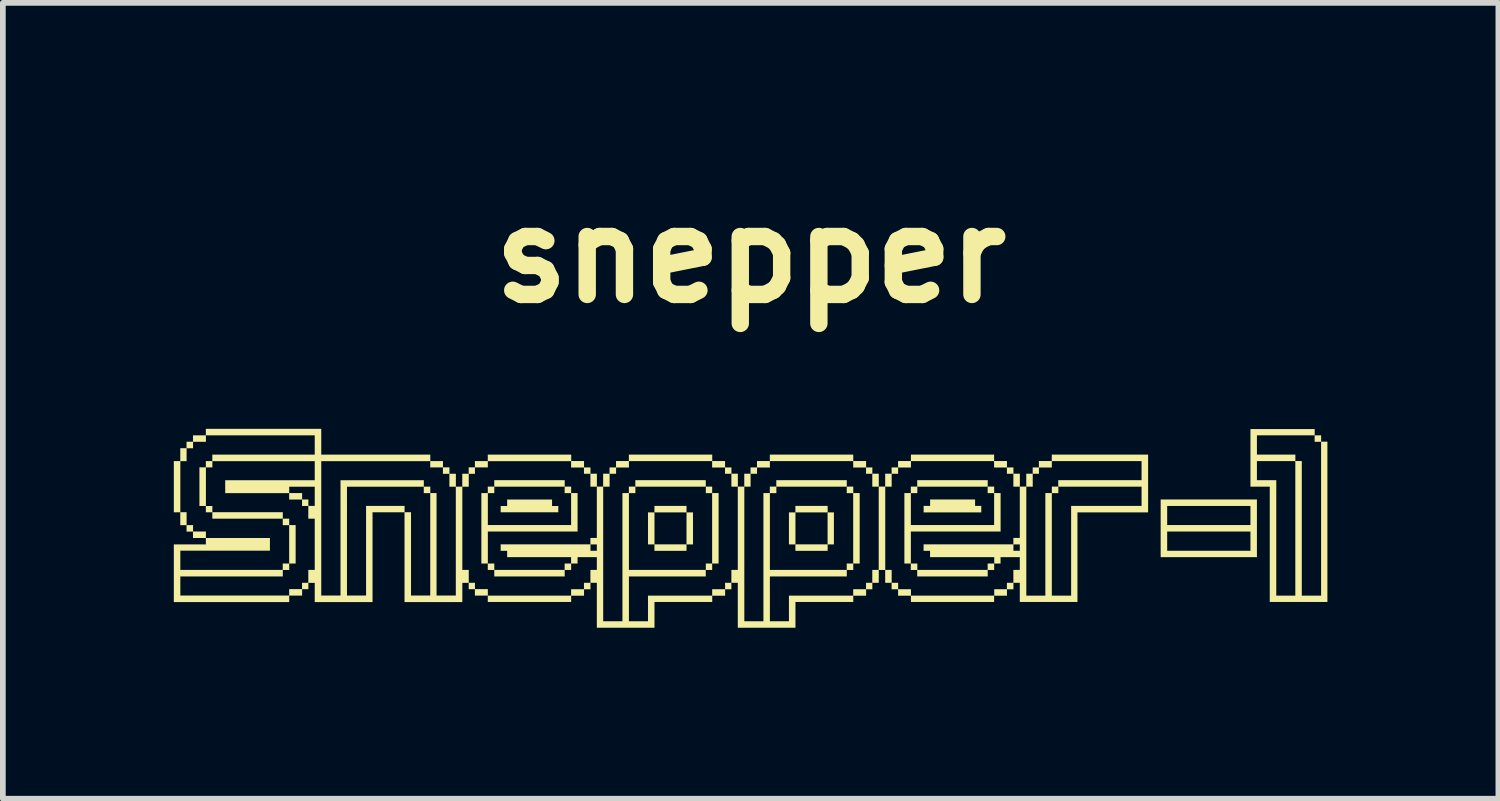
<source format=kicad_pcb>
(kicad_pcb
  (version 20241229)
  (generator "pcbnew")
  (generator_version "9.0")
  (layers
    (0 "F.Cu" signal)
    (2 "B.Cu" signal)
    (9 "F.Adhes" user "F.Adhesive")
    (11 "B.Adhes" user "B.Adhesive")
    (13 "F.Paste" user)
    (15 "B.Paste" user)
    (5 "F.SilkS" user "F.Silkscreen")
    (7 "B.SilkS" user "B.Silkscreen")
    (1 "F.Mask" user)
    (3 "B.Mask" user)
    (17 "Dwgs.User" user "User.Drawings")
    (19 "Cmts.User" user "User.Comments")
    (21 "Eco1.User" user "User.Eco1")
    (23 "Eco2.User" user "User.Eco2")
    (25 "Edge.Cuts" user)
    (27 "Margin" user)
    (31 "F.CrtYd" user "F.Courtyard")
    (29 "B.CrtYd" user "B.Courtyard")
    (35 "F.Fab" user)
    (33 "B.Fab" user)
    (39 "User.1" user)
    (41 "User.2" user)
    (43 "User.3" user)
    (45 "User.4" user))
  (footprint "snepper"
    (layer "F.Cu")
    (at 10.118 6.218)
    (property "Reference" "snepper" (at 0 -4.792 0) (layer "F.SilkS") (effects (font (size 1.524 1.524) (thickness 0.305))))
    (attr smd)
    (fp_poly (pts (xy -10.118 -0.73) (xy -10.118 -1.179) (xy -10.061 -1.179) (xy -10.005 -1.179) (xy -10.005 -0.73) (xy -10.005 -0.282) (xy -10.061 -0.282) (xy -10.118 -0.282) (xy -10.118 -0.73)) (stroke (width 0.001) (type solid)) (fill yes) (layer "F.SilkS"))
    (fp_poly (pts (xy -10.005 -1.292) (xy -10.005 -1.405) (xy -9.95 -1.405) (xy -9.895 -1.405) (xy -9.895 -1.292) (xy -9.895 -1.179) (xy -9.95 -1.179) (xy -10.005 -1.179) (xy -10.005 -1.292)) (stroke (width 0.001) (type solid)) (fill yes) (layer "F.SilkS"))
    (fp_poly (pts (xy -10.005 -0.169) (xy -10.005 -0.282) (xy -9.95 -0.282) (xy -9.895 -0.282) (xy -9.895 -0.169) (xy -9.895 -0.056) (xy -9.95 -0.056) (xy -10.005 -0.056) (xy -10.005 -0.169)) (stroke (width 0.001) (type solid)) (fill yes) (layer "F.SilkS"))
    (fp_poly (pts (xy -9.895 -1.461) (xy -9.895 -1.518) (xy -9.839 -1.518) (xy -9.782 -1.518) (xy -9.782 -1.461) (xy -9.782 -1.405) (xy -9.839 -1.405) (xy -9.895 -1.405) (xy -9.895 -1.461)) (stroke (width 0.001) (type solid)) (fill yes) (layer "F.SilkS"))
    (fp_poly (pts (xy -9.895 0.000395) (xy -9.895 -0.056) (xy -9.839 -0.056) (xy -9.782 -0.056) (xy -9.782 0.000395) (xy -9.782 0.057) (xy -9.839 0.057) (xy -9.895 0.057) (xy -9.895 0.000395)) (stroke (width 0.001) (type solid)) (fill yes) (layer "F.SilkS"))
    (fp_poly (pts (xy -9.782 -1.574) (xy -9.782 -1.631) (xy -9.669 -1.631) (xy -9.556 -1.631) (xy -9.556 -1.574) (xy -9.556 -1.518) (xy -9.669 -1.518) (xy -9.782 -1.518) (xy -9.782 -1.574)) (stroke (width 0.001) (type solid)) (fill yes) (layer "F.SilkS"))
    (fp_poly (pts (xy -9.782 0.113) (xy -9.782 0.057) (xy -9.669 0.057) (xy -9.556 0.057) (xy -9.556 0.113) (xy -9.556 0.17) (xy -9.669 0.17) (xy -9.782 0.17) (xy -9.782 0.113)) (stroke (width 0.001) (type solid)) (fill yes) (layer "F.SilkS"))
    (fp_poly (pts (xy -9.669 -0.73) (xy -9.669 -1.069) (xy -9.613 -1.069) (xy -9.556 -1.069) (xy -9.556 -0.73) (xy -9.556 -0.392) (xy -9.613 -0.392) (xy -9.669 -0.392) (xy -9.669 -0.73)) (stroke (width 0.001) (type solid)) (fill yes) (layer "F.SilkS"))
    (fp_poly (pts (xy -9.556 -1.124) (xy -9.556 -1.179) (xy -9.5 -1.179) (xy -9.443 -1.179) (xy -9.443 -1.124) (xy -9.443 -1.069) (xy -9.5 -1.069) (xy -9.556 -1.069) (xy -9.556 -1.124)) (stroke (width 0.001) (type solid)) (fill yes) (layer "F.SilkS"))
    (fp_poly (pts (xy -9.556 -0.337) (xy -9.556 -0.391) (xy -9.5 -0.391) (xy -9.443 -0.391) (xy -9.443 -0.337) (xy -9.443 -0.282) (xy -9.5 -0.282) (xy -9.556 -0.282) (xy -9.556 -0.337)) (stroke (width 0.001) (type solid)) (fill yes) (layer "F.SilkS"))
    (fp_poly (pts (xy -9.443 -0.226) (xy -9.443 -0.282) (xy -8.825 -0.282) (xy -8.207 -0.282) (xy -8.207 -0.226) (xy -8.207 -0.169) (xy -8.825 -0.169) (xy -9.443 -0.169) (xy -9.443 -0.226)) (stroke (width 0.001) (type solid)) (fill yes) (layer "F.SilkS"))
    (fp_poly (pts (xy -8.207 -0.113) (xy -8.207 -0.169) (xy -8.151 -0.169) (xy -8.095 -0.169) (xy -8.095 -0.113) (xy -8.095 -0.056) (xy -8.151 -0.056) (xy -8.207 -0.056) (xy -8.207 -0.113)) (stroke (width 0.001) (type solid)) (fill yes) (layer "F.SilkS"))
    (fp_poly (pts (xy -8.207 0.675) (xy -8.207 0.618) (xy -8.151 0.618) (xy -8.095 0.618) (xy -8.095 0.675) (xy -8.095 0.731) (xy -8.151 0.731) (xy -8.207 0.731) (xy -8.207 0.675)) (stroke (width 0.001) (type solid)) (fill yes) (layer "F.SilkS"))
    (fp_poly (pts (xy -8.095 -0.561) (xy -8.095 -0.618) (xy -7.982 -0.618) (xy -7.869 -0.618) (xy -7.869 -0.561) (xy -7.869 -0.505) (xy -7.982 -0.505) (xy -8.095 -0.505) (xy -8.095 -0.561)) (stroke (width 0.001) (type solid)) (fill yes) (layer "F.SilkS"))
    (fp_poly (pts (xy -8.095 0.281) (xy -8.095 -0.056) (xy -8.038 -0.056) (xy -7.982 -0.056) (xy -7.982 0.281) (xy -7.982 0.618) (xy -8.038 0.618) (xy -8.095 0.618) (xy -8.095 0.281)) (stroke (width 0.001) (type solid)) (fill yes) (layer "F.SilkS"))
    (fp_poly (pts (xy -8.095 1.123) (xy -8.095 1.067) (xy -7.982 1.067) (xy -7.869 1.067) (xy -7.869 1.123) (xy -7.869 1.18) (xy -7.982 1.18) (xy -8.095 1.18) (xy -8.095 1.123)) (stroke (width 0.001) (type solid)) (fill yes) (layer "F.SilkS"))
    (fp_poly (pts (xy -7.869 -0.448) (xy -7.869 -0.505) (xy -7.814 -0.505) (xy -7.759 -0.505) (xy -7.759 -0.448) (xy -7.759 -0.392) (xy -7.814 -0.392) (xy -7.869 -0.392) (xy -7.869 -0.448)) (stroke (width 0.001) (type solid)) (fill yes) (layer "F.SilkS"))
    (fp_poly (pts (xy -7.869 1.012) (xy -7.869 0.957) (xy -7.814 0.957) (xy -7.759 0.957) (xy -7.759 1.012) (xy -7.759 1.067) (xy -7.814 1.067) (xy -7.869 1.067) (xy -7.869 1.012)) (stroke (width 0.001) (type solid)) (fill yes) (layer "F.SilkS"))
    (fp_poly (pts (xy -5.733 -0.674) (xy -5.733 -0.73) (xy -5.676 -0.73) (xy -5.62 -0.73) (xy -5.62 -0.674) (xy -5.62 -0.617) (xy -5.676 -0.617) (xy -5.733 -0.617) (xy -5.733 -0.674)) (stroke (width 0.001) (type solid)) (fill yes) (layer "F.SilkS"))
    (fp_poly (pts (xy -5.62 -1.124) (xy -5.62 -1.179) (xy -5.508 -1.179) (xy -5.397 -1.179) (xy -5.397 -1.124) (xy -5.397 -1.069) (xy -5.508 -1.069) (xy -5.62 -1.069) (xy -5.62 -1.124)) (stroke (width 0.001) (type solid)) (fill yes) (layer "F.SilkS"))
    (fp_poly (pts (xy -5.397 -1.013) (xy -5.397 -1.069) (xy -5.341 -1.069) (xy -5.284 -1.069) (xy -5.284 -1.013) (xy -5.284 -0.956) (xy -5.341 -0.956) (xy -5.397 -0.956) (xy -5.397 -1.013)) (stroke (width 0.001) (type solid)) (fill yes) (layer "F.SilkS"))
    (fp_poly (pts (xy -5.284 -0.843) (xy -5.284 -0.956) (xy -5.228 -0.956) (xy -5.171 -0.956) (xy -5.171 -0.843) (xy -5.171 -0.73) (xy -5.228 -0.73) (xy -5.284 -0.73) (xy -5.284 -0.843)) (stroke (width 0.001) (type solid)) (fill yes) (layer "F.SilkS"))
    (fp_poly (pts (xy -5.058 -0.843) (xy -5.058 -0.956) (xy -5.002 -0.956) (xy -4.945 -0.956) (xy -4.945 -0.843) (xy -4.945 -0.73) (xy -5.002 -0.73) (xy -5.058 -0.73) (xy -5.058 -0.843)) (stroke (width 0.001) (type solid)) (fill yes) (layer "F.SilkS"))
    (fp_poly (pts (xy -4.945 -1.013) (xy -4.945 -1.069) (xy -4.89 -1.069) (xy -4.836 -1.069) (xy -4.836 -1.013) (xy -4.836 -0.956) (xy -4.89 -0.956) (xy -4.945 -0.956) (xy -4.945 -1.013)) (stroke (width 0.001) (type solid)) (fill yes) (layer "F.SilkS"))
    (fp_poly (pts (xy -4.945 1.012) (xy -4.945 0.957) (xy -4.89 0.957) (xy -4.836 0.957) (xy -4.836 1.012) (xy -4.836 1.067) (xy -4.89 1.067) (xy -4.945 1.067) (xy -4.945 1.012)) (stroke (width 0.001) (type solid)) (fill yes) (layer "F.SilkS"))
    (fp_poly (pts (xy -4.836 -1.124) (xy -4.836 -1.179) (xy -4.723 -1.179) (xy -4.61 -1.179) (xy -4.61 -1.124) (xy -4.61 -1.069) (xy -4.723 -1.069) (xy -4.836 -1.069) (xy -4.836 -1.124)) (stroke (width 0.001) (type solid)) (fill yes) (layer "F.SilkS"))
    (fp_poly (pts (xy -4.836 1.123) (xy -4.836 1.067) (xy -4.723 1.067) (xy -4.61 1.067) (xy -4.61 1.123) (xy -4.61 1.18) (xy -4.723 1.18) (xy -4.836 1.18) (xy -4.836 1.123)) (stroke (width 0.001) (type solid)) (fill yes) (layer "F.SilkS"))
    (fp_poly (pts (xy -4.61 -0.675) (xy -4.61 -0.731) (xy -4.554 -0.731) (xy -4.497 -0.731) (xy -4.497 -0.675) (xy -4.497 -0.618) (xy -4.554 -0.618) (xy -4.61 -0.618) (xy -4.61 -0.675)) (stroke (width 0.001) (type solid)) (fill yes) (layer "F.SilkS"))
    (fp_poly (pts (xy -4.61 0.674) (xy -4.61 0.618) (xy -4.554 0.618) (xy -4.497 0.618) (xy -4.497 0.674) (xy -4.497 0.731) (xy -4.554 0.731) (xy -4.61 0.731) (xy -4.61 0.674)) (stroke (width 0.001) (type solid)) (fill yes) (layer "F.SilkS"))
    (fp_poly (pts (xy -4.61 1.237) (xy -4.61 1.182) (xy -3.879 1.182) (xy -3.149 1.182) (xy -3.149 1.237) (xy -3.149 1.292) (xy -3.879 1.292) (xy -4.61 1.292) (xy -4.61 1.237)) (stroke (width 0.001) (type solid)) (fill yes) (layer "F.SilkS"))
    (fp_poly (pts (xy -4.61 -1.235) (xy -4.61 -1.292) (xy -3.879 -1.292) (xy -3.148 -1.292) (xy -3.148 -1.235) (xy -3.148 -1.179) (xy -3.879 -1.179) (xy -4.61 -1.179) (xy -4.61 -1.235)) (stroke (width 0.001) (type solid)) (fill yes) (layer "F.SilkS"))
    (fp_poly (pts (xy -4.497 -0.788) (xy -4.497 -0.844) (xy -3.879 -0.844) (xy -3.262 -0.844) (xy -3.262 -0.788) (xy -3.262 -0.731) (xy -3.879 -0.731) (xy -4.497 -0.731) (xy -4.497 -0.788)) (stroke (width 0.001) (type solid)) (fill yes) (layer "F.SilkS"))
    (fp_poly (pts (xy -4.497 0.787) (xy -4.497 0.731) (xy -3.879 0.731) (xy -3.262 0.731) (xy -3.262 0.787) (xy -3.262 0.844) (xy -3.879 0.844) (xy -4.497 0.844) (xy -4.497 0.787)) (stroke (width 0.001) (type solid)) (fill yes) (layer "F.SilkS"))
    (fp_poly (pts (xy -3.262 -0.675) (xy -3.262 -0.731) (xy -3.205 -0.731) (xy -3.149 -0.731) (xy -3.149 -0.675) (xy -3.149 -0.618) (xy -3.205 -0.618) (xy -3.262 -0.618) (xy -3.262 -0.675)) (stroke (width 0.001) (type solid)) (fill yes) (layer "F.SilkS"))
    (fp_poly (pts (xy -3.262 0.674) (xy -3.262 0.618) (xy -3.205 0.618) (xy -3.149 0.618) (xy -3.149 0.674) (xy -3.149 0.731) (xy -3.205 0.731) (xy -3.262 0.731) (xy -3.262 0.674)) (stroke (width 0.001) (type solid)) (fill yes) (layer "F.SilkS"))
    (fp_poly (pts (xy -3.149 -1.123) (xy -3.149 -1.18) (xy -3.036 -1.18) (xy -2.923 -1.18) (xy -2.923 -1.123) (xy -2.923 -1.067) (xy -3.036 -1.067) (xy -3.149 -1.067) (xy -3.149 -1.123)) (stroke (width 0.001) (type solid)) (fill yes) (layer "F.SilkS"))
    (fp_poly (pts (xy -3.149 1.126) (xy -3.149 1.069) (xy -3.036 1.069) (xy -2.923 1.069) (xy -2.923 1.126) (xy -2.923 1.182) (xy -3.036 1.182) (xy -3.149 1.182) (xy -3.149 1.126)) (stroke (width 0.001) (type solid)) (fill yes) (layer "F.SilkS"))
    (fp_poly (pts (xy -2.923 -1.012) (xy -2.923 -1.067) (xy -2.866 -1.067) (xy -2.81 -1.067) (xy -2.81 -1.012) (xy -2.81 -0.957) (xy -2.866 -0.957) (xy -2.923 -0.957) (xy -2.923 -1.012)) (stroke (width 0.001) (type solid)) (fill yes) (layer "F.SilkS"))
    (fp_poly (pts (xy -2.923 1.013) (xy -2.923 0.956) (xy -2.866 0.956) (xy -2.81 0.956) (xy -2.81 1.013) (xy -2.81 1.069) (xy -2.866 1.069) (xy -2.923 1.069) (xy -2.923 1.013)) (stroke (width 0.001) (type solid)) (fill yes) (layer "F.SilkS"))
    (fp_poly (pts (xy -2.81 -0.844) (xy -2.81 -0.957) (xy -2.753 -0.957) (xy -2.697 -0.957) (xy -2.697 -0.844) (xy -2.697 -0.731) (xy -2.753 -0.731) (xy -2.81 -0.731) (xy -2.81 -0.844)) (stroke (width 0.001) (type solid)) (fill yes) (layer "F.SilkS"))
    (fp_poly (pts (xy -2.587 -0.844) (xy -2.587 -0.957) (xy -2.531 -0.957) (xy -2.474 -0.957) (xy -2.474 -0.844) (xy -2.474 -0.731) (xy -2.531 -0.731) (xy -2.587 -0.731) (xy -2.587 -0.844)) (stroke (width 0.001) (type solid)) (fill yes) (layer "F.SilkS"))
    (fp_poly (pts (xy -2.474 -1.012) (xy -2.474 -1.067) (xy -2.418 -1.067) (xy -2.361 -1.067) (xy -2.361 -1.012) (xy -2.361 -0.957) (xy -2.418 -0.957) (xy -2.474 -0.957) (xy -2.474 -1.012)) (stroke (width 0.001) (type solid)) (fill yes) (layer "F.SilkS"))
    (fp_poly (pts (xy -2.361 -1.123) (xy -2.361 -1.18) (xy -2.248 -1.18) (xy -2.135 -1.18) (xy -2.135 -1.123) (xy -2.135 -1.067) (xy -2.248 -1.067) (xy -2.361 -1.067) (xy -2.361 -1.123)) (stroke (width 0.001) (type solid)) (fill yes) (layer "F.SilkS"))
    (fp_poly (pts (xy -2.135 -1.236) (xy -2.135 -1.293) (xy -1.404 -1.293) (xy -0.674 -1.293) (xy -0.674 -1.236) (xy -0.674 -1.18) (xy -1.404 -1.18) (xy -2.135 -1.18) (xy -2.135 -1.236)) (stroke (width 0.001) (type solid)) (fill yes) (layer "F.SilkS"))
    (fp_poly (pts (xy -2.135 -0.675) (xy -2.135 -0.731) (xy -2.079 -0.731) (xy -2.022 -0.731) (xy -2.022 -0.675) (xy -2.022 -0.618) (xy -2.079 -0.618) (xy -2.135 -0.618) (xy -2.135 -0.675)) (stroke (width 0.001) (type solid)) (fill yes) (layer "F.SilkS"))
    (fp_poly (pts (xy -2.022 -0.788) (xy -2.022 -0.844) (xy -1.404 -0.844) (xy -0.787 -0.844) (xy -0.787 -0.788) (xy -0.787 -0.731) (xy -1.404 -0.731) (xy -2.022 -0.731) (xy -2.022 -0.788)) (stroke (width 0.001) (type solid)) (fill yes) (layer "F.SilkS"))
    (fp_poly (pts (xy -1.8 0.001) (xy -1.8 -0.279) (xy -1.743 -0.279) (xy -1.687 -0.279) (xy -1.687 0.001) (xy -1.687 0.282) (xy -1.743 0.282) (xy -1.8 0.282) (xy -1.8 0.001)) (stroke (width 0.001) (type solid)) (fill yes) (layer "F.SilkS"))
    (fp_poly (pts (xy -1.687 -0.336) (xy -1.687 -0.392) (xy -1.406 -0.392) (xy -1.125 -0.392) (xy -1.125 -0.336) (xy -1.125 -0.279) (xy -1.406 -0.279) (xy -1.687 -0.279) (xy -1.687 -0.336)) (stroke (width 0.001) (type solid)) (fill yes) (layer "F.SilkS"))
    (fp_poly (pts (xy -1.687 0.339) (xy -1.687 0.282) (xy -1.406 0.282) (xy -1.125 0.282) (xy -1.125 0.339) (xy -1.125 0.395) (xy -1.406 0.395) (xy -1.687 0.395) (xy -1.687 0.339)) (stroke (width 0.001) (type solid)) (fill yes) (layer "F.SilkS"))
    (fp_poly (pts (xy -1.124 0.001) (xy -1.124 -0.279) (xy -1.067 -0.279) (xy -1.011 -0.279) (xy -1.011 0.001) (xy -1.011 0.282) (xy -1.067 0.282) (xy -1.124 0.282) (xy -1.124 0.001)) (stroke (width 0.001) (type solid)) (fill yes) (layer "F.SilkS"))
    (fp_poly (pts (xy -0.785 -0.675) (xy -0.785 -0.731) (xy -0.73 -0.731) (xy -0.675 -0.731) (xy -0.675 -0.675) (xy -0.675 -0.618) (xy -0.73 -0.618) (xy -0.785 -0.618) (xy -0.785 -0.675)) (stroke (width 0.001) (type solid)) (fill yes) (layer "F.SilkS"))
    (fp_poly (pts (xy -0.785 0.674) (xy -0.785 0.618) (xy -0.73 0.618) (xy -0.675 0.618) (xy -0.675 0.674) (xy -0.675 0.731) (xy -0.73 0.731) (xy -0.785 0.731) (xy -0.785 0.674)) (stroke (width 0.001) (type solid)) (fill yes) (layer "F.SilkS"))
    (fp_poly (pts (xy -0.675 -1.123) (xy -0.675 -1.18) (xy -0.562 -1.18) (xy -0.449 -1.18) (xy -0.449 -1.123) (xy -0.449 -1.067) (xy -0.562 -1.067) (xy -0.675 -1.067) (xy -0.675 -1.123)) (stroke (width 0.001) (type solid)) (fill yes) (layer "F.SilkS"))
    (fp_poly (pts (xy -0.675 -0.000275) (xy -0.675 -0.618) (xy -0.619 -0.618) (xy -0.562 -0.618) (xy -0.562 -0.000275) (xy -0.562 0.618) (xy -0.619 0.618) (xy -0.675 0.618) (xy -0.675 -0.000275)) (stroke (width 0.001) (type solid)) (fill yes) (layer "F.SilkS"))
    (fp_poly (pts (xy -0.674 1.126) (xy -0.674 1.069) (xy -0.561 1.069) (xy -0.448 1.069) (xy -0.448 1.126) (xy -0.448 1.182) (xy -0.561 1.182) (xy -0.674 1.182) (xy -0.674 1.126)) (stroke (width 0.001) (type solid)) (fill yes) (layer "F.SilkS"))
    (fp_poly (pts (xy -0.449 -1.012) (xy -0.449 -1.067) (xy -0.393 -1.067) (xy -0.337 -1.067) (xy -0.337 -1.012) (xy -0.337 -0.957) (xy -0.393 -0.957) (xy -0.449 -0.957) (xy -0.449 -1.012)) (stroke (width 0.001) (type solid)) (fill yes) (layer "F.SilkS"))
    (fp_poly (pts (xy -0.448 1.013) (xy -0.448 0.956) (xy -0.393 0.956) (xy -0.338 0.956) (xy -0.338 1.013) (xy -0.338 1.069) (xy -0.393 1.069) (xy -0.448 1.069) (xy -0.448 1.013)) (stroke (width 0.001) (type solid)) (fill yes) (layer "F.SilkS"))
    (fp_poly (pts (xy -0.337 -0.844) (xy -0.337 -0.957) (xy -0.28 -0.957) (xy -0.224 -0.957) (xy -0.224 -0.844) (xy -0.224 -0.731) (xy -0.28 -0.731) (xy -0.337 -0.731) (xy -0.337 -0.844)) (stroke (width 0.001) (type solid)) (fill yes) (layer "F.SilkS"))
    (fp_poly (pts (xy -0.111 -0.844) (xy -0.111 -0.957) (xy -0.056 -0.957) (xy -0.001 -0.957) (xy -0.001 -0.844) (xy -0.001 -0.731) (xy -0.056 -0.731) (xy -0.111 -0.731) (xy -0.111 -0.844)) (stroke (width 0.001) (type solid)) (fill yes) (layer "F.SilkS"))
    (fp_poly (pts (xy -0.001 -1.012) (xy -0.001 -1.067) (xy 0.055 -1.067) (xy 0.112 -1.067) (xy 0.112 -1.012) (xy 0.112 -0.957) (xy 0.055 -0.957) (xy -0.001 -0.957) (xy -0.001 -1.012)) (stroke (width 0.001) (type solid)) (fill yes) (layer "F.SilkS"))
    (fp_poly (pts (xy 0.112 -1.123) (xy 0.112 -1.18) (xy 0.225 -1.18) (xy 0.338 -1.18) (xy 0.338 -1.123) (xy 0.338 -1.067) (xy 0.225 -1.067) (xy 0.112 -1.067) (xy 0.112 -1.123)) (stroke (width 0.001) (type solid)) (fill yes) (layer "F.SilkS"))
    (fp_poly (pts (xy 0.338 -1.236) (xy 0.338 -1.293) (xy 1.069 -1.293) (xy 1.8 -1.293) (xy 1.8 -1.236) (xy 1.8 -1.18) (xy 1.069 -1.18) (xy 0.338 -1.18) (xy 0.338 -1.236)) (stroke (width 0.001) (type solid)) (fill yes) (layer "F.SilkS"))
    (fp_poly (pts (xy 0.338 -0.675) (xy 0.338 -0.731) (xy 0.394 -0.731) (xy 0.451 -0.731) (xy 0.451 -0.675) (xy 0.451 -0.618) (xy 0.394 -0.618) (xy 0.338 -0.618) (xy 0.338 -0.675)) (stroke (width 0.001) (type solid)) (fill yes) (layer "F.SilkS"))
    (fp_poly (pts (xy 0.451 -0.788) (xy 0.451 -0.844) (xy 1.069 -0.844) (xy 1.687 -0.844) (xy 1.687 -0.788) (xy 1.687 -0.731) (xy 1.069 -0.731) (xy 0.451 -0.731) (xy 0.451 -0.788)) (stroke (width 0.001) (type solid)) (fill yes) (layer "F.SilkS"))
    (fp_poly (pts (xy 0.673 0.001) (xy 0.673 -0.279) (xy 0.73 -0.279) (xy 0.786 -0.279) (xy 0.786 0.001) (xy 0.786 0.282) (xy 0.73 0.282) (xy 0.673 0.282) (xy 0.673 0.001)) (stroke (width 0.001) (type solid)) (fill yes) (layer "F.SilkS"))
    (fp_poly (pts (xy 0.786 -0.336) (xy 0.786 -0.392) (xy 1.069 -0.392) (xy 1.351 -0.392) (xy 1.351 -0.336) (xy 1.351 -0.279) (xy 1.069 -0.279) (xy 0.786 -0.279) (xy 0.786 -0.336)) (stroke (width 0.001) (type solid)) (fill yes) (layer "F.SilkS"))
    (fp_poly (pts (xy 0.786 0.339) (xy 0.786 0.282) (xy 1.069 0.282) (xy 1.351 0.282) (xy 1.351 0.339) (xy 1.351 0.395) (xy 1.069 0.395) (xy 0.786 0.395) (xy 0.786 0.339)) (stroke (width 0.001) (type solid)) (fill yes) (layer "F.SilkS"))
    (fp_poly (pts (xy 1.351 0.001) (xy 1.351 -0.279) (xy 1.406 -0.279) (xy 1.461 -0.279) (xy 1.461 0.001) (xy 1.461 0.282) (xy 1.406 0.282) (xy 1.351 0.282) (xy 1.351 0.001)) (stroke (width 0.001) (type solid)) (fill yes) (layer "F.SilkS"))
    (fp_poly (pts (xy 1.687 -0.675) (xy 1.687 -0.731) (xy 1.743 -0.731) (xy 1.8 -0.731) (xy 1.8 -0.675) (xy 1.8 -0.618) (xy 1.743 -0.618) (xy 1.687 -0.618) (xy 1.687 -0.675)) (stroke (width 0.001) (type solid)) (fill yes) (layer "F.SilkS"))
    (fp_poly (pts (xy 1.687 0.674) (xy 1.687 0.618) (xy 1.743 0.618) (xy 1.8 0.618) (xy 1.8 0.674) (xy 1.8 0.731) (xy 1.743 0.731) (xy 1.687 0.731) (xy 1.687 0.674)) (stroke (width 0.001) (type solid)) (fill yes) (layer "F.SilkS"))
    (fp_poly (pts (xy 1.8 -1.123) (xy 1.8 -1.18) (xy 1.913 -1.18) (xy 2.025 -1.18) (xy 2.025 -1.123) (xy 2.025 -1.067) (xy 1.913 -1.067) (xy 1.8 -1.067) (xy 1.8 -1.123)) (stroke (width 0.001) (type solid)) (fill yes) (layer "F.SilkS"))
    (fp_poly (pts (xy 1.8 -0.000275) (xy 1.8 -0.618) (xy 1.856 -0.618) (xy 1.913 -0.618) (xy 1.913 -0.000275) (xy 1.913 0.618) (xy 1.856 0.618) (xy 1.8 0.618) (xy 1.8 -0.000275)) (stroke (width 0.001) (type solid)) (fill yes) (layer "F.SilkS"))
    (fp_poly (pts (xy 1.8 1.126) (xy 1.8 1.069) (xy 1.913 1.069) (xy 2.025 1.069) (xy 2.025 1.126) (xy 2.025 1.182) (xy 1.913 1.182) (xy 1.8 1.182) (xy 1.8 1.126)) (stroke (width 0.001) (type solid)) (fill yes) (layer "F.SilkS"))
    (fp_poly (pts (xy 2.025 -1.012) (xy 2.025 -1.067) (xy 2.08 -1.067) (xy 2.135 -1.067) (xy 2.135 -1.012) (xy 2.135 -0.957) (xy 2.08 -0.957) (xy 2.025 -0.957) (xy 2.025 -1.012)) (stroke (width 0.001) (type solid)) (fill yes) (layer "F.SilkS"))
    (fp_poly (pts (xy 2.025 1.013) (xy 2.025 0.956) (xy 2.08 0.956) (xy 2.135 0.956) (xy 2.135 1.013) (xy 2.135 1.069) (xy 2.08 1.069) (xy 2.025 1.069) (xy 2.025 1.013)) (stroke (width 0.001) (type solid)) (fill yes) (layer "F.SilkS"))
    (fp_poly (pts (xy 2.135 -0.844) (xy 2.135 -0.957) (xy 2.192 -0.957) (xy 2.248 -0.957) (xy 2.248 -0.844) (xy 2.248 -0.731) (xy 2.192 -0.731) (xy 2.135 -0.731) (xy 2.135 -0.844)) (stroke (width 0.001) (type solid)) (fill yes) (layer "F.SilkS"))
    (fp_poly (pts (xy 2.135 0.844) (xy 2.135 0.731) (xy 2.192 0.731) (xy 2.248 0.731) (xy 2.248 0.844) (xy 2.248 0.956) (xy 2.192 0.956) (xy 2.135 0.956) (xy 2.135 0.844)) (stroke (width 0.001) (type solid)) (fill yes) (layer "F.SilkS"))
    (fp_poly (pts (xy 2.248 -0.000275) (xy 2.248 -0.731) (xy 2.304 -0.731) (xy 2.361 -0.731) (xy 2.361 -0.000275) (xy 2.361 0.731) (xy 2.304 0.731) (xy 2.248 0.731) (xy 2.248 -0.000275)) (stroke (width 0.001) (type solid)) (fill yes) (layer "F.SilkS"))
    (fp_poly (pts (xy 2.361 -0.844) (xy 2.361 -0.957) (xy 2.417 -0.957) (xy 2.474 -0.957) (xy 2.474 -0.844) (xy 2.474 -0.731) (xy 2.417 -0.731) (xy 2.361 -0.731) (xy 2.361 -0.844)) (stroke (width 0.001) (type solid)) (fill yes) (layer "F.SilkS"))
    (fp_poly (pts (xy 2.361 0.844) (xy 2.361 0.731) (xy 2.417 0.731) (xy 2.474 0.731) (xy 2.474 0.844) (xy 2.474 0.956) (xy 2.417 0.956) (xy 2.361 0.956) (xy 2.361 0.844)) (stroke (width 0.001) (type solid)) (fill yes) (layer "F.SilkS"))
    (fp_poly (pts (xy 2.474 -1.012) (xy 2.474 -1.067) (xy 2.53 -1.067) (xy 2.587 -1.067) (xy 2.587 -1.012) (xy 2.587 -0.957) (xy 2.53 -0.957) (xy 2.474 -0.957) (xy 2.474 -1.012)) (stroke (width 0.001) (type solid)) (fill yes) (layer "F.SilkS"))
    (fp_poly (pts (xy 2.474 1.013) (xy 2.474 0.956) (xy 2.53 0.956) (xy 2.587 0.956) (xy 2.587 1.013) (xy 2.587 1.069) (xy 2.53 1.069) (xy 2.474 1.069) (xy 2.474 1.013)) (stroke (width 0.001) (type solid)) (fill yes) (layer "F.SilkS"))
    (fp_poly (pts (xy 2.587 -1.123) (xy 2.587 -1.18) (xy 2.7 -1.18) (xy 2.813 -1.18) (xy 2.813 -1.123) (xy 2.813 -1.067) (xy 2.7 -1.067) (xy 2.587 -1.067) (xy 2.587 -1.123)) (stroke (width 0.001) (type solid)) (fill yes) (layer "F.SilkS"))
    (fp_poly (pts (xy 2.587 1.126) (xy 2.587 1.069) (xy 2.7 1.069) (xy 2.813 1.069) (xy 2.813 1.126) (xy 2.813 1.182) (xy 2.7 1.182) (xy 2.587 1.182) (xy 2.587 1.126)) (stroke (width 0.001) (type solid)) (fill yes) (layer "F.SilkS"))
    (fp_poly (pts (xy 2.811 -0.675) (xy 2.811 -0.731) (xy 2.867 -0.731) (xy 2.924 -0.731) (xy 2.924 -0.675) (xy 2.924 -0.618) (xy 2.867 -0.618) (xy 2.811 -0.618) (xy 2.811 -0.675)) (stroke (width 0.001) (type solid)) (fill yes) (layer "F.SilkS"))
    (fp_poly (pts (xy 2.811 0.674) (xy 2.811 0.618) (xy 2.867 0.618) (xy 2.924 0.618) (xy 2.924 0.674) (xy 2.924 0.731) (xy 2.867 0.731) (xy 2.811 0.731) (xy 2.811 0.674)) (stroke (width 0.001) (type solid)) (fill yes) (layer "F.SilkS"))
    (fp_poly (pts (xy 2.813 -1.236) (xy 2.813 -1.293) (xy 3.542 -1.293) (xy 4.271 -1.293) (xy 4.271 -1.236) (xy 4.271 -1.18) (xy 3.542 -1.18) (xy 2.813 -1.18) (xy 2.813 -1.236)) (stroke (width 0.001) (type solid)) (fill yes) (layer "F.SilkS"))
    (fp_poly (pts (xy 2.813 1.237) (xy 2.813 1.182) (xy 3.542 1.182) (xy 4.271 1.182) (xy 4.271 1.237) (xy 4.271 1.292) (xy 3.542 1.292) (xy 2.813 1.292) (xy 2.813 1.237)) (stroke (width 0.001) (type solid)) (fill yes) (layer "F.SilkS"))
    (fp_poly (pts (xy 2.923 -0.788) (xy 2.923 -0.844) (xy 3.541 -0.844) (xy 4.159 -0.844) (xy 4.159 -0.788) (xy 4.159 -0.731) (xy 3.541 -0.731) (xy 2.923 -0.731) (xy 2.923 -0.788)) (stroke (width 0.001) (type solid)) (fill yes) (layer "F.SilkS"))
    (fp_poly (pts (xy 2.923 0.787) (xy 2.923 0.731) (xy 3.541 0.731) (xy 4.159 0.731) (xy 4.159 0.787) (xy 4.159 0.844) (xy 3.541 0.844) (xy 2.923 0.844) (xy 2.923 0.787)) (stroke (width 0.001) (type solid)) (fill yes) (layer "F.SilkS"))
    (fp_poly (pts (xy 4.159 -0.675) (xy 4.159 -0.731) (xy 4.216 -0.731) (xy 4.272 -0.731) (xy 4.272 -0.675) (xy 4.272 -0.618) (xy 4.216 -0.618) (xy 4.159 -0.618) (xy 4.159 -0.675)) (stroke (width 0.001) (type solid)) (fill yes) (layer "F.SilkS"))
    (fp_poly (pts (xy 4.159 0.674) (xy 4.159 0.618) (xy 4.216 0.618) (xy 4.272 0.618) (xy 4.272 0.674) (xy 4.272 0.731) (xy 4.216 0.731) (xy 4.159 0.731) (xy 4.159 0.674)) (stroke (width 0.001) (type solid)) (fill yes) (layer "F.SilkS"))
    (fp_poly (pts (xy 4.271 -1.123) (xy 4.271 -1.18) (xy 4.384 -1.18) (xy 4.497 -1.18) (xy 4.497 -1.123) (xy 4.497 -1.067) (xy 4.384 -1.067) (xy 4.271 -1.067) (xy 4.271 -1.123)) (stroke (width 0.001) (type solid)) (fill yes) (layer "F.SilkS"))
    (fp_poly (pts (xy 4.274 1.126) (xy 4.274 1.069) (xy 4.386 1.069) (xy 4.497 1.069) (xy 4.497 1.126) (xy 4.497 1.182) (xy 4.386 1.182) (xy 4.274 1.182) (xy 4.274 1.126)) (stroke (width 0.001) (type solid)) (fill yes) (layer "F.SilkS"))
    (fp_poly (pts (xy 4.497 1.013) (xy 4.497 0.956) (xy 4.554 0.956) (xy 4.61 0.956) (xy 4.61 1.013) (xy 4.61 1.069) (xy 4.554 1.069) (xy 4.497 1.069) (xy 4.497 1.013)) (stroke (width 0.001) (type solid)) (fill yes) (layer "F.SilkS"))
    (fp_poly (pts (xy 4.497 -1.012) (xy 4.497 -1.067) (xy 4.554 -1.067) (xy 4.61 -1.067) (xy 4.61 -1.012) (xy 4.61 -0.957) (xy 4.554 -0.957) (xy 4.497 -0.957) (xy 4.497 -1.012)) (stroke (width 0.001) (type solid)) (fill yes) (layer "F.SilkS"))
    (fp_poly (pts (xy 4.61 -0.844) (xy 4.61 -0.957) (xy 4.666 -0.957) (xy 4.723 -0.957) (xy 4.723 -0.844) (xy 4.723 -0.731) (xy 4.666 -0.731) (xy 4.61 -0.731) (xy 4.61 -0.844)) (stroke (width 0.001) (type solid)) (fill yes) (layer "F.SilkS"))
    (fp_poly (pts (xy 4.836 -0.844) (xy 4.836 -0.957) (xy 4.892 -0.957) (xy 4.949 -0.957) (xy 4.949 -0.844) (xy 4.949 -0.731) (xy 4.892 -0.731) (xy 4.836 -0.731) (xy 4.836 -0.844)) (stroke (width 0.001) (type solid)) (fill yes) (layer "F.SilkS"))
    (fp_poly (pts (xy 4.949 -1.012) (xy 4.949 -1.067) (xy 5.004 -1.067) (xy 5.058 -1.067) (xy 5.058 -1.012) (xy 5.058 -0.957) (xy 5.004 -0.957) (xy 4.949 -0.957) (xy 4.949 -1.012)) (stroke (width 0.001) (type solid)) (fill yes) (layer "F.SilkS"))
    (fp_poly (pts (xy 5.058 -1.123) (xy 5.058 -1.18) (xy 5.171 -1.18) (xy 5.284 -1.18) (xy 5.284 -1.123) (xy 5.284 -1.067) (xy 5.171 -1.067) (xy 5.058 -1.067) (xy 5.058 -1.123)) (stroke (width 0.001) (type solid)) (fill yes) (layer "F.SilkS"))
    (fp_poly (pts (xy 5.285 -0.675) (xy 5.285 -0.731) (xy 5.342 -0.731) (xy 5.398 -0.731) (xy 5.398 -0.675) (xy 5.398 -0.618) (xy 5.342 -0.618) (xy 5.285 -0.618) (xy 5.285 -0.675)) (stroke (width 0.001) (type solid)) (fill yes) (layer "F.SilkS"))
    (fp_poly (pts (xy 9.895 -1.575) (xy 9.895 -1.631) (xy 9.952 -1.631) (xy 10.008 -1.631) (xy 10.008 -1.575) (xy 10.008 -1.518) (xy 9.952 -1.518) (xy 9.895 -1.518) (xy 9.895 -1.575)) (stroke (width 0.001) (type solid)) (fill yes) (layer "F.SilkS"))
    (fp_poly (pts (xy -4.384 -0.337) (xy -4.384 -0.391) (xy -4.327 -0.391) (xy -4.271 -0.391) (xy -4.271 -0.448) (xy -4.271 -0.504) (xy -3.877 -0.504) (xy -3.484 -0.504) (xy -3.484 -0.448) (xy -3.484 -0.391) (xy -3.429 -0.391) (xy -3.374 -0.391) (xy -3.374 -0.337) (xy -3.374 -0.282) (xy -3.879 -0.282) (xy -4.384 -0.282) (xy -4.384 -0.337) (xy -4.384 -0.337)) (stroke (width 0.001) (type solid)) (fill yes) (layer "F.SilkS"))
    (fp_poly (pts (xy 3.036 -0.336) (xy 3.036 -0.392) (xy 3.093 -0.392) (xy 3.149 -0.392) (xy 3.149 -0.449) (xy 3.149 -0.505) (xy 3.543 -0.505) (xy 3.937 -0.505) (xy 3.937 -0.449) (xy 3.937 -0.392) (xy 3.991 -0.392) (xy 4.046 -0.392) (xy 4.046 -0.336) (xy 4.046 -0.279) (xy 3.541 -0.279) (xy 3.036 -0.279) (xy 3.036 -0.336) (xy 3.036 -0.336)) (stroke (width 0.001) (type solid)) (fill yes) (layer "F.SilkS"))
    (fp_poly (pts (xy 2.698 -0.000275) (xy 2.698 -0.618) (xy 2.754 -0.618) (xy 2.811 -0.618) (xy 2.811 -0.337) (xy 2.811 -0.057) (xy 3.541 -0.057) (xy 4.272 -0.057) (xy 4.272 -0.337) (xy 4.272 -0.618) (xy 4.329 -0.618) (xy 4.385 -0.618) (xy 4.385 -0.281) (xy 4.385 0.056) (xy 3.598 0.056) (xy 2.811 0.056) (xy 2.811 0.337) (xy 2.811 0.618) (xy 2.754 0.618) (xy 2.698 0.618) (xy 2.698 -0.000275)) (stroke (width 0.001) (type solid)) (fill yes) (layer "F.SilkS"))
    (fp_poly (pts (xy -4.723 -0.000275) (xy -4.723 -0.618) (xy -4.667 -0.618) (xy -4.61 -0.618) (xy -4.61 -0.337) (xy -4.61 -0.057) (xy -3.879 -0.057) (xy -3.149 -0.057) (xy -3.149 -0.337) (xy -3.149 -0.618) (xy -3.092 -0.618) (xy -3.036 -0.618) (xy -3.036 -0.281) (xy -3.036 0.056) (xy -3.823 0.056) (xy -4.61 0.056) (xy -4.61 0.337) (xy -4.61 0.618) (xy -4.667 0.618) (xy -4.723 0.618) (xy -4.723 -0.000275) (xy -4.723 -0.000275)) (stroke (width 0.001) (type solid)) (fill yes) (layer "F.SilkS"))
    (fp_poly (pts (xy 7.194 -0.000275) (xy 8.769 0.056) (xy 8.038 0.056) (xy 7.307 0.056) (xy 7.307 0.226) (xy 7.307 0.395) (xy 8.038 0.395) (xy 8.769 0.395) (xy 8.769 0.226) (xy 8.769 0.056) (xy 7.194 -0.000275) (xy 7.307 -0.392) (xy 7.307 -0.225) (xy 7.307 -0.057) (xy 8.038 -0.057) (xy 8.769 -0.057) (xy 8.769 -0.225) (xy 8.769 -0.392) (xy 8.038 -0.392) (xy 7.307 -0.392) (xy 7.194 -0.000275) (xy 7.194 -0.505) (xy 8.038 -0.505) (xy 8.882 -0.505) (xy 8.882 -0.000275) (xy 8.882 0.505) (xy 8.038 0.505) (xy 7.194 0.505) (xy 7.194 -0.000275)) (stroke (width 0.001) (type solid)) (fill yes) (layer "F.SilkS"))
    (fp_poly (pts (xy -10.118 0.788) (xy -10.118 0.283) (xy -9.837 0.283) (xy -9.556 0.283) (xy -9.556 0.226) (xy -9.556 0.17) (xy -8.995 0.17) (xy -8.433 0.17) (xy -8.433 0.281) (xy -8.433 0.392) (xy -9.219 0.392) (xy -10.005 0.392) (xy -10.005 0.562) (xy -10.005 0.731) (xy -9.106 0.731) (xy -8.207 0.731) (xy -8.207 0.788) (xy -8.207 0.844) (xy -9.106 0.844) (xy -10.005 0.844) (xy -10.005 1.012) (xy -10.005 1.18) (xy -9.05 1.18) (xy -8.095 1.18) (xy -8.095 1.236) (xy -8.095 1.293) (xy -9.106 1.293) (xy -10.118 1.293) (xy -10.118 0.788) (xy -10.118 0.788)) (stroke (width 0.001) (type solid)) (fill yes) (layer "F.SilkS"))
    (fp_poly (pts (xy -6.071 0.505) (xy -6.071 -0.282) (xy -6.015 -0.282) (xy -5.958 -0.282) (xy -5.958 0.449) (xy -5.958 1.18) (xy -5.789 1.18) (xy -5.62 1.18) (xy -5.62 0.281) (xy -5.62 -0.618) (xy -5.565 -0.618) (xy -5.51 -0.618) (xy -5.51 0.281) (xy -5.51 1.18) (xy -5.341 1.18) (xy -5.171 1.18) (xy -5.171 0.225) (xy -5.171 -0.73) (xy -5.115 -0.73) (xy -5.058 -0.73) (xy -5.058 0.000395) (xy -5.058 0.731) (xy -5.002 0.731) (xy -4.945 0.731) (xy -4.945 0.844) (xy -4.945 0.957) (xy -5.002 0.957) (xy -5.058 0.957) (xy -5.058 1.125) (xy -5.058 1.293) (xy -5.565 1.293) (xy -6.071 1.293) (xy -6.071 0.505) (xy -6.071 0.505)) (stroke (width 0.001) (type solid)) (fill yes) (layer "F.SilkS"))
    (fp_poly (pts (xy -0.224 1.35) (xy -0.224 0.956) (xy -0.28 0.956) (xy -0.337 0.956) (xy -0.337 0.844) (xy -0.337 0.731) (xy -0.28 0.731) (xy -0.224 0.731) (xy -0.224 -0.000275) (xy -0.224 -0.731) (xy -0.167 -0.731) (xy -0.111 -0.731) (xy -0.111 0.45) (xy -0.111 1.631) (xy 0.057 1.631) (xy 0.225 1.631) (xy 0.225 0.506) (xy 0.225 -0.618) (xy 0.281 -0.618) (xy 0.338 -0.618) (xy 0.338 0.056) (xy 0.338 0.731) (xy 1.012 0.731) (xy 1.687 0.731) (xy 1.687 0.787) (xy 1.687 0.844) (xy 1.012 0.844) (xy 0.338 0.844) (xy 0.338 1.237) (xy 0.338 1.631) (xy 0.506 1.631) (xy 0.673 1.631) (xy 0.673 1.407) (xy 0.673 1.182) (xy 1.236 1.182) (xy 1.8 1.182) (xy 1.8 1.237) (xy 1.8 1.292) (xy 1.293 1.292) (xy 0.786 1.292) (xy 0.786 1.518) (xy 0.786 1.744) (xy 0.281 1.744) (xy -0.224 1.744) (xy -0.224 1.35) (xy -0.224 1.35)) (stroke (width 0.001) (type solid)) (fill yes) (layer "F.SilkS"))
    (fp_poly (pts (xy 9.108 0.28) (xy 9.221 -0.844) (xy 9.221 0.169) (xy 9.221 1.182) (xy 9.388 1.182) (xy 9.556 1.182) (xy 9.556 0.001) (xy 9.556 -1.18) (xy 9.219 -1.18) (xy 8.882 -1.18) (xy 8.882 -1.012) (xy 8.882 -0.844) (xy 9.051 -0.844) (xy 9.221 -0.844) (xy 9.108 0.28) (xy 9.108 -0.731) (xy 8.938 -0.731) (xy 8.769 -0.731) (xy 8.769 -1.236) (xy 8.769 -1.741) (xy 9.332 -1.741) (xy 9.895 -1.741) (xy 9.895 -1.686) (xy 9.895 -1.632) (xy 9.389 -1.632) (xy 8.882 -1.632) (xy 8.882 -1.462) (xy 8.882 -1.293) (xy 9.219 -1.293) (xy 9.556 -1.293) (xy 9.556 -1.236) (xy 9.556 -1.18) (xy 9.613 -1.18) (xy 9.669 -1.18) (xy 9.669 0.001) (xy 9.669 1.182) (xy 9.839 1.182) (xy 10.008 1.182) (xy 10.008 -0.168) (xy 10.008 -1.519) (xy 10.063 -1.519) (xy 10.118 -1.519) (xy 10.118 -0.113) (xy 10.118 1.292) (xy 9.613 1.292) (xy 9.108 1.292) (xy 9.108 0.28) (xy 9.108 0.28)) (stroke (width 0.001) (type solid)) (fill yes) (layer "F.SilkS"))
    (fp_poly (pts (xy -2.697 1.35) (xy -2.697 0.956) (xy -2.753 0.956) (xy -2.81 0.956) (xy -2.81 0.844) (xy -2.81 0.731) (xy -2.753 0.731) (xy -2.697 0.731) (xy -2.697 0.618) (xy -2.697 0.505) (xy -2.697 0.338) (xy -2.697 0.282) (xy -2.753 0.282) (xy -2.81 0.282) (xy -2.81 0.338) (xy -2.81 0.395) (xy -2.753 0.395) (xy -2.697 0.395) (xy -2.697 0.338) (xy -2.697 0.505) (xy -2.866 0.505) (xy -3.036 0.505) (xy -3.036 0.561) (xy -3.036 0.618) (xy -3.092 0.618) (xy -3.149 0.618) (xy -3.149 0.561) (xy -3.149 0.505) (xy -3.71 0.505) (xy -4.271 0.505) (xy -4.271 0.45) (xy -4.271 0.395) (xy -4.328 0.395) (xy -4.384 0.395) (xy -4.384 0.339) (xy -4.384 0.282) (xy -3.597 0.282) (xy -2.81 0.282) (xy -2.81 0.226) (xy -2.81 0.169) (xy -2.753 0.169) (xy -2.697 0.169) (xy -2.697 -0.281) (xy -2.697 -0.731) (xy -2.642 -0.731) (xy -2.587 -0.731) (xy -2.587 0.45) (xy -2.587 1.631) (xy -2.418 1.631) (xy -2.248 1.631) (xy -2.248 0.506) (xy -2.248 -0.618) (xy -2.192 -0.618) (xy -2.135 -0.618) (xy -2.135 0.056) (xy -2.135 0.731) (xy -1.461 0.731) (xy -0.787 0.731) (xy -0.787 0.787) (xy -0.787 0.844) (xy -1.461 0.844) (xy -2.135 0.844) (xy -2.135 1.237) (xy -2.135 1.631) (xy -1.968 1.631) (xy -1.8 1.631) (xy -1.8 1.407) (xy -1.8 1.182) (xy -1.237 1.182) (xy -0.674 1.182) (xy -0.674 1.237) (xy -0.674 1.292) (xy -1.18 1.292) (xy -1.687 1.292) (xy -1.687 1.518) (xy -1.687 1.744) (xy -2.192 1.744) (xy -2.697 1.744) (xy -2.697 1.35) (xy -2.697 1.35)) (stroke (width 0.001) (type solid)) (fill yes) (layer "F.SilkS"))
    (fp_poly (pts (xy -7.646 1.125) (xy -7.646 0.957) (xy -7.703 0.957) (xy -7.759 0.957) (xy -7.759 0.844) (xy -7.759 0.731) (xy -7.703 0.731) (xy -7.646 0.731) (xy -7.646 0.281) (xy -7.646 -0.169) (xy -7.703 -0.169) (xy -7.759 -0.169) (xy -7.759 -0.28) (xy -7.759 -0.392) (xy -7.703 -0.392) (xy -7.646 -0.392) (xy -7.646 -0.561) (xy -7.646 -0.73) (xy -7.87 -0.73) (xy -8.095 -0.73) (xy -8.095 -0.674) (xy -8.095 -0.617) (xy -8.656 -0.617) (xy -9.217 -0.617) (xy -9.217 -0.73) (xy -9.217 -0.843) (xy -8.432 -0.843) (xy -7.646 -0.843) (xy -7.646 -1.011) (xy -7.646 -1.179) (xy -8.545 -1.179) (xy -9.443 -1.179) (xy -9.443 -1.235) (xy -9.443 -1.292) (xy -8.545 -1.292) (xy -7.646 -1.292) (xy -7.646 -1.461) (xy -7.646 -1.631) (xy -8.601 -1.631) (xy -9.556 -1.631) (xy -9.556 -1.687) (xy -9.556 -1.744) (xy -8.545 -1.744) (xy -7.533 -1.744) (xy -7.533 -1.518) (xy -7.533 -1.292) (xy -6.576 -1.292) (xy -5.62 -1.292) (xy -5.62 -1.235) (xy -5.62 -1.179) (xy -6.576 -1.179) (xy -7.533 -1.179) (xy -7.533 0.000395) (xy -7.533 1.18) (xy -7.364 1.18) (xy -7.194 1.18) (xy -7.194 0.168) (xy -7.194 -0.843) (xy -6.463 -0.843) (xy -5.733 -0.843) (xy -5.733 -0.787) (xy -5.733 -0.73) (xy -6.407 -0.73) (xy -7.081 -0.73) (xy -7.081 0.225) (xy -7.081 1.18) (xy -6.914 1.18) (xy -6.746 1.18) (xy -6.746 0.394) (xy -6.746 -0.392) (xy -6.409 -0.392) (xy -6.071 -0.392) (xy -6.071 -0.337) (xy -6.071 -0.282) (xy -6.352 -0.282) (xy -6.633 -0.282) (xy -6.633 0.505) (xy -6.633 1.293) (xy -7.139 1.293) (xy -7.646 1.293) (xy -7.646 1.125) (xy -7.646 1.125)) (stroke (width 0.001) (type solid)) (fill yes) (layer "F.SilkS"))
    (fp_poly (pts (xy 4.723 1.124) (xy 4.723 0.395) (xy 4.723 0.338) (xy 4.723 0.282) (xy 4.666 0.282) (xy 4.61 0.282) (xy 4.61 0.338) (xy 4.61 0.395) (xy 4.666 0.395) (xy 4.723 0.395) (xy 4.723 1.124) (xy 4.723 0.956) (xy 4.666 0.956) (xy 4.61 0.956) (xy 4.61 0.844) (xy 4.61 0.731) (xy 4.666 0.731) (xy 4.723 0.731) (xy 4.723 0.618) (xy 4.723 0.505) (xy 4.553 0.505) (xy 4.384 0.505) (xy 4.384 0.561) (xy 4.384 0.618) (xy 4.329 0.618) (xy 4.274 0.618) (xy 4.274 0.561) (xy 4.274 0.505) (xy 3.711 0.505) (xy 3.148 0.505) (xy 3.148 0.45) (xy 3.148 0.395) (xy 3.092 0.395) (xy 3.035 0.395) (xy 3.035 0.339) (xy 3.035 0.282) (xy 3.823 0.282) (xy 4.61 0.282) (xy 4.61 0.226) (xy 4.61 0.169) (xy 4.666 0.169) (xy 4.723 0.169) (xy 4.723 -0.281) (xy 4.723 -0.731) (xy 4.779 -0.731) (xy 4.836 -0.731) (xy 4.836 0.226) (xy 4.836 1.182) (xy 5.004 1.182) (xy 5.171 1.182) (xy 5.171 0.282) (xy 5.171 -0.618) (xy 5.228 -0.618) (xy 5.284 -0.618) (xy 5.284 0.282) (xy 5.284 1.182) (xy 5.454 1.182) (xy 5.623 1.182) (xy 5.623 0.395) (xy 5.623 -0.392) (xy 6.241 -0.392) (xy 6.859 -0.392) (xy 6.859 -0.562) (xy 6.859 -0.731) (xy 6.128 -0.731) (xy 5.397 -0.731) (xy 5.397 -0.788) (xy 5.397 -0.844) (xy 6.128 -0.844) (xy 6.859 -0.844) (xy 6.859 -1.012) (xy 6.859 -1.18) (xy 6.072 -1.18) (xy 5.284 -1.18) (xy 5.284 -1.236) (xy 5.284 -1.293) (xy 6.128 -1.293) (xy 6.972 -1.293) (xy 6.972 -0.786) (xy 6.972 -0.28) (xy 6.352 -0.28) (xy 5.733 -0.28) (xy 5.733 0.506) (xy 5.733 1.292) (xy 5.228 1.292) (xy 4.723 1.292) (xy 4.723 1.124) (xy 4.723 1.124)) (stroke (width 0.001) (type solid)) (fill yes) (layer "F.SilkS")))
  (gr_rect
    (start -3 -3)
    (end 23.236 10.962)
    (stroke (width 0.1) (type default))
    (fill no)
    (layer "Edge.Cuts")))
</source>
